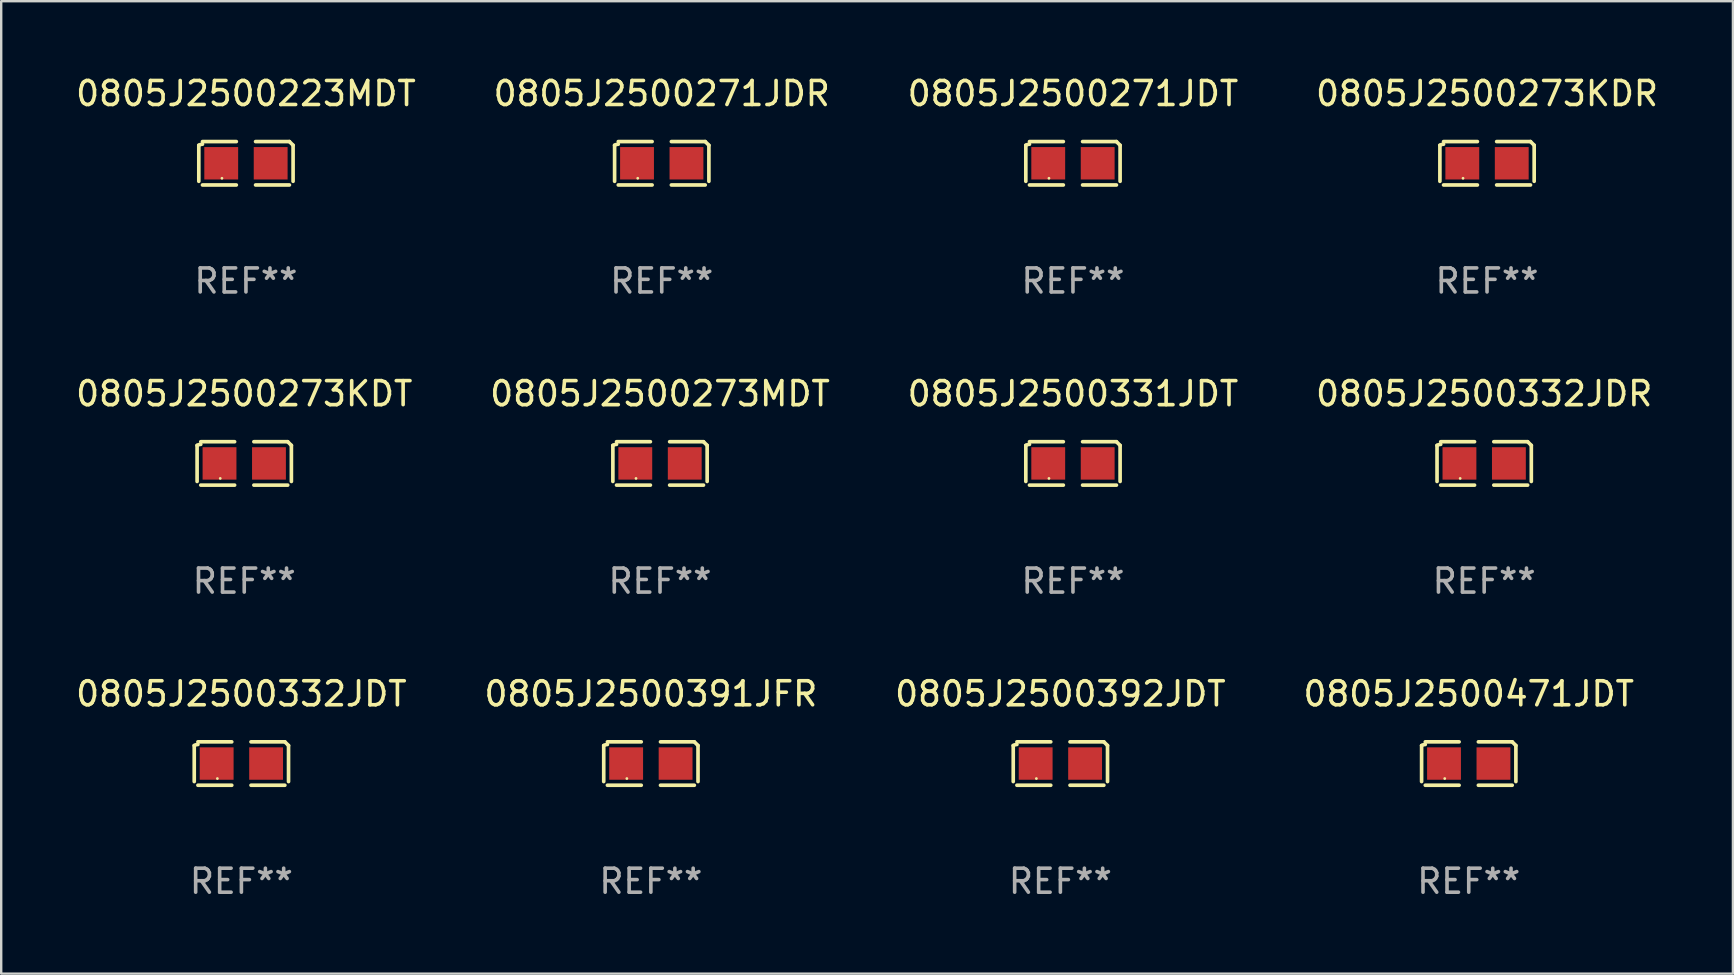
<source format=kicad_pcb>
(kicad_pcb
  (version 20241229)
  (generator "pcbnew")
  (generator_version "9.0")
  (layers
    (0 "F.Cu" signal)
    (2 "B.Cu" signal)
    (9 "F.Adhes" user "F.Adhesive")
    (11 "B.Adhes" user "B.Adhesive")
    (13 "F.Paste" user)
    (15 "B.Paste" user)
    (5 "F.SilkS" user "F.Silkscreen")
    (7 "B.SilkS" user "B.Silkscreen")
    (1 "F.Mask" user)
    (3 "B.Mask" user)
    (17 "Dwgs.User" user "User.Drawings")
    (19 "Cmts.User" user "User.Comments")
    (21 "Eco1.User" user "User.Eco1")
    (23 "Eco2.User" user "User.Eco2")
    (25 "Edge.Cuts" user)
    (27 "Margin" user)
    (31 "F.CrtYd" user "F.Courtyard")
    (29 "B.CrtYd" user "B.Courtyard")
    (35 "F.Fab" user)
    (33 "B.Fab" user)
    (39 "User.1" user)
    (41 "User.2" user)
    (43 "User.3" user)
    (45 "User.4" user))
  (footprint "0805J2500392JDT"
    (layer "F.Cu")
    (at 41.125 28.759)
    (property "Reference" "0805J2500392JDT" (at 0 -2.904 0) (layer "F.SilkS") (effects (font (size 1 1) (thickness 0.15))))
    (attr through_hole)
    (fp_line (start -1.964 0.751) (end -1.964 -0.751) (stroke (width 0.152) (type solid)) (layer "F.SilkS"))
    (fp_line (start -1.811 -0.904) (end -0.401 -0.904) (stroke (width 0.152) (type solid)) (layer "F.SilkS"))
    (fp_line (start -0.401 0.904) (end -1.811 0.904) (stroke (width 0.152) (type solid)) (layer "F.SilkS"))
    (fp_line (start 0.401 0.904) (end 1.811 0.904) (stroke (width 0.152) (type solid)) (layer "F.SilkS"))
    (fp_line (start 1.811 -0.904) (end 0.401 -0.904) (stroke (width 0.152) (type solid)) (layer "F.SilkS"))
    (fp_line (start 1.964 0.751) (end 1.964 -0.751) (stroke (width 0.152) (type solid)) (layer "F.SilkS"))
    (fp_arc (start -1.963602 -0.751207) (mid -1.890354 -0.783131) (end -1.811201 -0.794044) (stroke (width 0.1524) (type solid)) (layer "F.SilkS"))
    (fp_arc (start 1.811202 -0.903607) (mid 1.887413 -0.827418) (end 1.963602 -0.751207) (stroke (width 0.1524) (type solid)) (layer "F.SilkS"))
    (fp_circle (center -1 0.625) (end -0.97 0.625) (stroke (width 0.06) (type solid)) (fill no) (layer "F.SilkS"))
    (fp_text user "REF**" (at 0 4.904 0) (layer "F.Fab") (effects (font (size 1 1) (thickness 0.15))))
    (pad "1" smd rect (at -1.03 0) (size 1.41 1.35) (layers "F.Cu" "F.Mask" "F.Paste"))
    (pad "2" smd rect (at 1.03 0) (size 1.41 1.35) (layers "F.Cu" "F.Mask" "F.Paste")))
  (footprint "0805J2500273KDT"
    (layer "F.Cu")
    (at 7.125 16.256)
    (property "Reference" "0805J2500273KDT" (at 0 -2.904 0) (layer "F.SilkS") (effects (font (size 1 1) (thickness 0.15))))
    (attr through_hole)
    (fp_line (start -1.964 0.751) (end -1.964 -0.751) (stroke (width 0.152) (type solid)) (layer "F.SilkS"))
    (fp_line (start -1.811 -0.904) (end -0.401 -0.904) (stroke (width 0.152) (type solid)) (layer "F.SilkS"))
    (fp_line (start -0.401 0.904) (end -1.811 0.904) (stroke (width 0.152) (type solid)) (layer "F.SilkS"))
    (fp_line (start 0.401 0.904) (end 1.811 0.904) (stroke (width 0.152) (type solid)) (layer "F.SilkS"))
    (fp_line (start 1.811 -0.904) (end 0.401 -0.904) (stroke (width 0.152) (type solid)) (layer "F.SilkS"))
    (fp_line (start 1.964 0.751) (end 1.964 -0.751) (stroke (width 0.152) (type solid)) (layer "F.SilkS"))
    (fp_arc (start -1.963602 -0.751207) (mid -1.890354 -0.783131) (end -1.811201 -0.794044) (stroke (width 0.1524) (type solid)) (layer "F.SilkS"))
    (fp_arc (start 1.811202 -0.903607) (mid 1.887413 -0.827418) (end 1.963602 -0.751207) (stroke (width 0.1524) (type solid)) (layer "F.SilkS"))
    (fp_circle (center -1 0.625) (end -0.97 0.625) (stroke (width 0.06) (type solid)) (fill no) (layer "F.SilkS"))
    (fp_text user "REF**" (at 0 4.904 0) (layer "F.Fab") (effects (font (size 1 1) (thickness 0.15))))
    (pad "1" smd rect (at -1.03 0) (size 1.41 1.35) (layers "F.Cu" "F.Mask" "F.Paste"))
    (pad "2" smd rect (at 1.03 0) (size 1.41 1.35) (layers "F.Cu" "F.Mask" "F.Paste")))
  (footprint "0805J2500471JDT"
    (layer "F.Cu")
    (at 58.137 28.759)
    (property "Reference" "0805J2500471JDT" (at 0 -2.904 0) (layer "F.SilkS") (effects (font (size 1 1) (thickness 0.15))))
    (attr through_hole)
    (fp_line (start -1.964 0.751) (end -1.964 -0.751) (stroke (width 0.152) (type solid)) (layer "F.SilkS"))
    (fp_line (start -1.811 -0.904) (end -0.401 -0.904) (stroke (width 0.152) (type solid)) (layer "F.SilkS"))
    (fp_line (start -0.401 0.904) (end -1.811 0.904) (stroke (width 0.152) (type solid)) (layer "F.SilkS"))
    (fp_line (start 0.401 0.904) (end 1.811 0.904) (stroke (width 0.152) (type solid)) (layer "F.SilkS"))
    (fp_line (start 1.811 -0.904) (end 0.401 -0.904) (stroke (width 0.152) (type solid)) (layer "F.SilkS"))
    (fp_line (start 1.964 0.751) (end 1.964 -0.751) (stroke (width 0.152) (type solid)) (layer "F.SilkS"))
    (fp_arc (start -1.963602 -0.751207) (mid -1.890354 -0.783131) (end -1.811201 -0.794044) (stroke (width 0.1524) (type solid)) (layer "F.SilkS"))
    (fp_arc (start 1.811202 -0.903607) (mid 1.887413 -0.827418) (end 1.963602 -0.751207) (stroke (width 0.1524) (type solid)) (layer "F.SilkS"))
    (fp_circle (center -1 0.625) (end -0.97 0.625) (stroke (width 0.06) (type solid)) (fill no) (layer "F.SilkS"))
    (fp_text user "REF**" (at 0 4.904 0) (layer "F.Fab") (effects (font (size 1 1) (thickness 0.15))))
    (pad "1" smd rect (at -1.03 0) (size 1.41 1.35) (layers "F.Cu" "F.Mask" "F.Paste"))
    (pad "2" smd rect (at 1.03 0) (size 1.41 1.35) (layers "F.Cu" "F.Mask" "F.Paste")))
  (footprint "0805J2500223MDT"
    (layer "F.Cu")
    (at 7.196 3.752)
    (property "Reference" "0805J2500223MDT" (at 0 -2.904 0) (layer "F.SilkS") (effects (font (size 1 1) (thickness 0.15))))
    (attr through_hole)
    (fp_line (start -1.964 0.751) (end -1.964 -0.751) (stroke (width 0.152) (type solid)) (layer "F.SilkS"))
    (fp_line (start -1.811 -0.904) (end -0.401 -0.904) (stroke (width 0.152) (type solid)) (layer "F.SilkS"))
    (fp_line (start -0.401 0.904) (end -1.811 0.904) (stroke (width 0.152) (type solid)) (layer "F.SilkS"))
    (fp_line (start 0.401 0.904) (end 1.811 0.904) (stroke (width 0.152) (type solid)) (layer "F.SilkS"))
    (fp_line (start 1.811 -0.904) (end 0.401 -0.904) (stroke (width 0.152) (type solid)) (layer "F.SilkS"))
    (fp_line (start 1.964 0.751) (end 1.964 -0.751) (stroke (width 0.152) (type solid)) (layer "F.SilkS"))
    (fp_arc (start -1.963602 -0.751207) (mid -1.890354 -0.783131) (end -1.811201 -0.794044) (stroke (width 0.1524) (type solid)) (layer "F.SilkS"))
    (fp_arc (start 1.811202 -0.903607) (mid 1.887413 -0.827418) (end 1.963602 -0.751207) (stroke (width 0.1524) (type solid)) (layer "F.SilkS"))
    (fp_circle (center -1 0.625) (end -0.97 0.625) (stroke (width 0.06) (type solid)) (fill no) (layer "F.SilkS"))
    (fp_text user "REF**" (at 0 4.904 0) (layer "F.Fab") (effects (font (size 1 1) (thickness 0.15))))
    (pad "1" smd rect (at -1.03 0) (size 1.41 1.35) (layers "F.Cu" "F.Mask" "F.Paste"))
    (pad "2" smd rect (at 1.03 0) (size 1.41 1.35) (layers "F.Cu" "F.Mask" "F.Paste")))
  (footprint "0805J2500271JDT"
    (layer "F.Cu")
    (at 41.649 3.752)
    (property "Reference" "0805J2500271JDT" (at 0 -2.904 0) (layer "F.SilkS") (effects (font (size 1 1) (thickness 0.15))))
    (attr through_hole)
    (fp_line (start -1.964 0.751) (end -1.964 -0.751) (stroke (width 0.152) (type solid)) (layer "F.SilkS"))
    (fp_line (start -1.811 -0.904) (end -0.401 -0.904) (stroke (width 0.152) (type solid)) (layer "F.SilkS"))
    (fp_line (start -0.401 0.904) (end -1.811 0.904) (stroke (width 0.152) (type solid)) (layer "F.SilkS"))
    (fp_line (start 0.401 0.904) (end 1.811 0.904) (stroke (width 0.152) (type solid)) (layer "F.SilkS"))
    (fp_line (start 1.811 -0.904) (end 0.401 -0.904) (stroke (width 0.152) (type solid)) (layer "F.SilkS"))
    (fp_line (start 1.964 0.751) (end 1.964 -0.751) (stroke (width 0.152) (type solid)) (layer "F.SilkS"))
    (fp_arc (start -1.963602 -0.751207) (mid -1.890354 -0.783131) (end -1.811201 -0.794044) (stroke (width 0.1524) (type solid)) (layer "F.SilkS"))
    (fp_arc (start 1.811202 -0.903607) (mid 1.887413 -0.827418) (end 1.963602 -0.751207) (stroke (width 0.1524) (type solid)) (layer "F.SilkS"))
    (fp_circle (center -1 0.625) (end -0.97 0.625) (stroke (width 0.06) (type solid)) (fill no) (layer "F.SilkS"))
    (fp_text user "REF**" (at 0 4.904 0) (layer "F.Fab") (effects (font (size 1 1) (thickness 0.15))))
    (pad "1" smd rect (at -1.03 0) (size 1.41 1.35) (layers "F.Cu" "F.Mask" "F.Paste"))
    (pad "2" smd rect (at 1.03 0) (size 1.41 1.35) (layers "F.Cu" "F.Mask" "F.Paste")))
  (footprint "0805J2500273MDT"
    (layer "F.Cu")
    (at 24.446 16.256)
    (property "Reference" "0805J2500273MDT" (at 0 -2.904 0) (layer "F.SilkS") (effects (font (size 1 1) (thickness 0.15))))
    (attr through_hole)
    (fp_line (start -1.964 0.751) (end -1.964 -0.751) (stroke (width 0.152) (type solid)) (layer "F.SilkS"))
    (fp_line (start -1.811 -0.904) (end -0.401 -0.904) (stroke (width 0.152) (type solid)) (layer "F.SilkS"))
    (fp_line (start -0.401 0.904) (end -1.811 0.904) (stroke (width 0.152) (type solid)) (layer "F.SilkS"))
    (fp_line (start 0.401 0.904) (end 1.811 0.904) (stroke (width 0.152) (type solid)) (layer "F.SilkS"))
    (fp_line (start 1.811 -0.904) (end 0.401 -0.904) (stroke (width 0.152) (type solid)) (layer "F.SilkS"))
    (fp_line (start 1.964 0.751) (end 1.964 -0.751) (stroke (width 0.152) (type solid)) (layer "F.SilkS"))
    (fp_arc (start -1.963602 -0.751207) (mid -1.890354 -0.783131) (end -1.811201 -0.794044) (stroke (width 0.1524) (type solid)) (layer "F.SilkS"))
    (fp_arc (start 1.811202 -0.903607) (mid 1.887413 -0.827418) (end 1.963602 -0.751207) (stroke (width 0.1524) (type solid)) (layer "F.SilkS"))
    (fp_circle (center -1 0.625) (end -0.97 0.625) (stroke (width 0.06) (type solid)) (fill no) (layer "F.SilkS"))
    (fp_text user "REF**" (at 0 4.904 0) (layer "F.Fab") (effects (font (size 1 1) (thickness 0.15))))
    (pad "1" smd rect (at -1.03 0) (size 1.41 1.35) (layers "F.Cu" "F.Mask" "F.Paste"))
    (pad "2" smd rect (at 1.03 0) (size 1.41 1.35) (layers "F.Cu" "F.Mask" "F.Paste")))
  (footprint "0805J2500332JDR"
    (layer "F.Cu")
    (at 58.78 16.256)
    (property "Reference" "0805J2500332JDR" (at 0 -2.904 0) (layer "F.SilkS") (effects (font (size 1 1) (thickness 0.15))))
    (attr through_hole)
    (fp_line (start -1.964 0.751) (end -1.964 -0.751) (stroke (width 0.152) (type solid)) (layer "F.SilkS"))
    (fp_line (start -1.811 -0.904) (end -0.401 -0.904) (stroke (width 0.152) (type solid)) (layer "F.SilkS"))
    (fp_line (start -0.401 0.904) (end -1.811 0.904) (stroke (width 0.152) (type solid)) (layer "F.SilkS"))
    (fp_line (start 0.401 0.904) (end 1.811 0.904) (stroke (width 0.152) (type solid)) (layer "F.SilkS"))
    (fp_line (start 1.811 -0.904) (end 0.401 -0.904) (stroke (width 0.152) (type solid)) (layer "F.SilkS"))
    (fp_line (start 1.964 0.751) (end 1.964 -0.751) (stroke (width 0.152) (type solid)) (layer "F.SilkS"))
    (fp_arc (start -1.963602 -0.751207) (mid -1.890354 -0.783131) (end -1.811201 -0.794044) (stroke (width 0.1524) (type solid)) (layer "F.SilkS"))
    (fp_arc (start 1.811202 -0.903607) (mid 1.887413 -0.827418) (end 1.963602 -0.751207) (stroke (width 0.1524) (type solid)) (layer "F.SilkS"))
    (fp_circle (center -1 0.625) (end -0.97 0.625) (stroke (width 0.06) (type solid)) (fill no) (layer "F.SilkS"))
    (fp_text user "REF**" (at 0 4.904 0) (layer "F.Fab") (effects (font (size 1 1) (thickness 0.15))))
    (pad "1" smd rect (at -1.03 0) (size 1.41 1.35) (layers "F.Cu" "F.Mask" "F.Paste"))
    (pad "2" smd rect (at 1.03 0) (size 1.41 1.35) (layers "F.Cu" "F.Mask" "F.Paste")))
  (footprint "0805J2500332JDT"
    (layer "F.Cu")
    (at 7.006 28.759)
    (property "Reference" "0805J2500332JDT" (at 0 -2.904 0) (layer "F.SilkS") (effects (font (size 1 1) (thickness 0.15))))
    (attr through_hole)
    (fp_line (start -1.964 0.751) (end -1.964 -0.751) (stroke (width 0.152) (type solid)) (layer "F.SilkS"))
    (fp_line (start -1.811 -0.904) (end -0.401 -0.904) (stroke (width 0.152) (type solid)) (layer "F.SilkS"))
    (fp_line (start -0.401 0.904) (end -1.811 0.904) (stroke (width 0.152) (type solid)) (layer "F.SilkS"))
    (fp_line (start 0.401 0.904) (end 1.811 0.904) (stroke (width 0.152) (type solid)) (layer "F.SilkS"))
    (fp_line (start 1.811 -0.904) (end 0.401 -0.904) (stroke (width 0.152) (type solid)) (layer "F.SilkS"))
    (fp_line (start 1.964 0.751) (end 1.964 -0.751) (stroke (width 0.152) (type solid)) (layer "F.SilkS"))
    (fp_arc (start -1.963602 -0.751207) (mid -1.890354 -0.783131) (end -1.811201 -0.794044) (stroke (width 0.1524) (type solid)) (layer "F.SilkS"))
    (fp_arc (start 1.811202 -0.903607) (mid 1.887413 -0.827418) (end 1.963602 -0.751207) (stroke (width 0.1524) (type solid)) (layer "F.SilkS"))
    (fp_circle (center -1 0.625) (end -0.97 0.625) (stroke (width 0.06) (type solid)) (fill no) (layer "F.SilkS"))
    (fp_text user "REF**" (at 0 4.904 0) (layer "F.Fab") (effects (font (size 1 1) (thickness 0.15))))
    (pad "1" smd rect (at -1.03 0) (size 1.41 1.35) (layers "F.Cu" "F.Mask" "F.Paste"))
    (pad "2" smd rect (at 1.03 0) (size 1.41 1.35) (layers "F.Cu" "F.Mask" "F.Paste")))
  (footprint "0805J2500331JDT"
    (layer "F.Cu")
    (at 41.649 16.256)
    (property "Reference" "0805J2500331JDT" (at 0 -2.904 0) (layer "F.SilkS") (effects (font (size 1 1) (thickness 0.15))))
    (attr through_hole)
    (fp_line (start -1.964 0.751) (end -1.964 -0.751) (stroke (width 0.152) (type solid)) (layer "F.SilkS"))
    (fp_line (start -1.811 -0.904) (end -0.401 -0.904) (stroke (width 0.152) (type solid)) (layer "F.SilkS"))
    (fp_line (start -0.401 0.904) (end -1.811 0.904) (stroke (width 0.152) (type solid)) (layer "F.SilkS"))
    (fp_line (start 0.401 0.904) (end 1.811 0.904) (stroke (width 0.152) (type solid)) (layer "F.SilkS"))
    (fp_line (start 1.811 -0.904) (end 0.401 -0.904) (stroke (width 0.152) (type solid)) (layer "F.SilkS"))
    (fp_line (start 1.964 0.751) (end 1.964 -0.751) (stroke (width 0.152) (type solid)) (layer "F.SilkS"))
    (fp_arc (start -1.963602 -0.751207) (mid -1.890354 -0.783131) (end -1.811201 -0.794044) (stroke (width 0.1524) (type solid)) (layer "F.SilkS"))
    (fp_arc (start 1.811202 -0.903607) (mid 1.887413 -0.827418) (end 1.963602 -0.751207) (stroke (width 0.1524) (type solid)) (layer "F.SilkS"))
    (fp_circle (center -1 0.625) (end -0.97 0.625) (stroke (width 0.06) (type solid)) (fill no) (layer "F.SilkS"))
    (fp_text user "REF**" (at 0 4.904 0) (layer "F.Fab") (effects (font (size 1 1) (thickness 0.15))))
    (pad "1" smd rect (at -1.03 0) (size 1.41 1.35) (layers "F.Cu" "F.Mask" "F.Paste"))
    (pad "2" smd rect (at 1.03 0) (size 1.41 1.35) (layers "F.Cu" "F.Mask" "F.Paste")))
  (footprint "0805J2500273KDR"
    (layer "F.Cu")
    (at 58.899 3.752)
    (property "Reference" "0805J2500273KDR" (at 0 -2.904 0) (layer "F.SilkS") (effects (font (size 1 1) (thickness 0.15))))
    (attr through_hole)
    (fp_line (start -1.964 0.751) (end -1.964 -0.751) (stroke (width 0.152) (type solid)) (layer "F.SilkS"))
    (fp_line (start -1.811 -0.904) (end -0.401 -0.904) (stroke (width 0.152) (type solid)) (layer "F.SilkS"))
    (fp_line (start -0.401 0.904) (end -1.811 0.904) (stroke (width 0.152) (type solid)) (layer "F.SilkS"))
    (fp_line (start 0.401 0.904) (end 1.811 0.904) (stroke (width 0.152) (type solid)) (layer "F.SilkS"))
    (fp_line (start 1.811 -0.904) (end 0.401 -0.904) (stroke (width 0.152) (type solid)) (layer "F.SilkS"))
    (fp_line (start 1.964 0.751) (end 1.964 -0.751) (stroke (width 0.152) (type solid)) (layer "F.SilkS"))
    (fp_arc (start -1.963602 -0.751207) (mid -1.890354 -0.783131) (end -1.811201 -0.794044) (stroke (width 0.1524) (type solid)) (layer "F.SilkS"))
    (fp_arc (start 1.811202 -0.903607) (mid 1.887413 -0.827418) (end 1.963602 -0.751207) (stroke (width 0.1524) (type solid)) (layer "F.SilkS"))
    (fp_circle (center -1 0.625) (end -0.97 0.625) (stroke (width 0.06) (type solid)) (fill no) (layer "F.SilkS"))
    (fp_text user "REF**" (at 0 4.904 0) (layer "F.Fab") (effects (font (size 1 1) (thickness 0.15))))
    (pad "1" smd rect (at -1.03 0) (size 1.41 1.35) (layers "F.Cu" "F.Mask" "F.Paste"))
    (pad "2" smd rect (at 1.03 0) (size 1.41 1.35) (layers "F.Cu" "F.Mask" "F.Paste")))
  (footprint "0805J2500391JFR"
    (layer "F.Cu")
    (at 24.065 28.759)
    (property "Reference" "0805J2500391JFR" (at 0 -2.904 0) (layer "F.SilkS") (effects (font (size 1 1) (thickness 0.15))))
    (attr through_hole)
    (fp_line (start -1.964 0.751) (end -1.964 -0.751) (stroke (width 0.152) (type solid)) (layer "F.SilkS"))
    (fp_line (start -1.811 -0.904) (end -0.401 -0.904) (stroke (width 0.152) (type solid)) (layer "F.SilkS"))
    (fp_line (start -0.401 0.904) (end -1.811 0.904) (stroke (width 0.152) (type solid)) (layer "F.SilkS"))
    (fp_line (start 0.401 0.904) (end 1.811 0.904) (stroke (width 0.152) (type solid)) (layer "F.SilkS"))
    (fp_line (start 1.811 -0.904) (end 0.401 -0.904) (stroke (width 0.152) (type solid)) (layer "F.SilkS"))
    (fp_line (start 1.964 0.751) (end 1.964 -0.751) (stroke (width 0.152) (type solid)) (layer "F.SilkS"))
    (fp_arc (start -1.963602 -0.751207) (mid -1.890354 -0.783131) (end -1.811201 -0.794044) (stroke (width 0.1524) (type solid)) (layer "F.SilkS"))
    (fp_arc (start 1.811202 -0.903607) (mid 1.887413 -0.827418) (end 1.963602 -0.751207) (stroke (width 0.1524) (type solid)) (layer "F.SilkS"))
    (fp_circle (center -1 0.625) (end -0.97 0.625) (stroke (width 0.06) (type solid)) (fill no) (layer "F.SilkS"))
    (fp_text user "REF**" (at 0 4.904 0) (layer "F.Fab") (effects (font (size 1 1) (thickness 0.15))))
    (pad "1" smd rect (at -1.03 0) (size 1.41 1.35) (layers "F.Cu" "F.Mask" "F.Paste"))
    (pad "2" smd rect (at 1.03 0) (size 1.41 1.35) (layers "F.Cu" "F.Mask" "F.Paste")))
  (footprint "0805J2500271JDR"
    (layer "F.Cu")
    (at 24.518 3.752)
    (property "Reference" "0805J2500271JDR" (at 0 -2.904 0) (layer "F.SilkS") (effects (font (size 1 1) (thickness 0.15))))
    (attr through_hole)
    (fp_line (start -1.964 0.751) (end -1.964 -0.751) (stroke (width 0.152) (type solid)) (layer "F.SilkS"))
    (fp_line (start -1.811 -0.904) (end -0.401 -0.904) (stroke (width 0.152) (type solid)) (layer "F.SilkS"))
    (fp_line (start -0.401 0.904) (end -1.811 0.904) (stroke (width 0.152) (type solid)) (layer "F.SilkS"))
    (fp_line (start 0.401 0.904) (end 1.811 0.904) (stroke (width 0.152) (type solid)) (layer "F.SilkS"))
    (fp_line (start 1.811 -0.904) (end 0.401 -0.904) (stroke (width 0.152) (type solid)) (layer "F.SilkS"))
    (fp_line (start 1.964 0.751) (end 1.964 -0.751) (stroke (width 0.152) (type solid)) (layer "F.SilkS"))
    (fp_arc (start -1.963602 -0.751207) (mid -1.890354 -0.783131) (end -1.811201 -0.794044) (stroke (width 0.1524) (type solid)) (layer "F.SilkS"))
    (fp_arc (start 1.811202 -0.903607) (mid 1.887413 -0.827418) (end 1.963602 -0.751207) (stroke (width 0.1524) (type solid)) (layer "F.SilkS"))
    (fp_circle (center -1 0.625) (end -0.97 0.625) (stroke (width 0.06) (type solid)) (fill no) (layer "F.SilkS"))
    (fp_text user "REF**" (at 0 4.904 0) (layer "F.Fab") (effects (font (size 1 1) (thickness 0.15))))
    (pad "1" smd rect (at -1.03 0) (size 1.41 1.35) (layers "F.Cu" "F.Mask" "F.Paste"))
    (pad "2" smd rect (at 1.03 0) (size 1.41 1.35) (layers "F.Cu" "F.Mask" "F.Paste")))
  (gr_rect
    (start -3 -3)
    (end 69.143 37.511)
    (stroke (width 0.1) (type default))
    (fill no)
    (layer "Edge.Cuts")))
</source>
